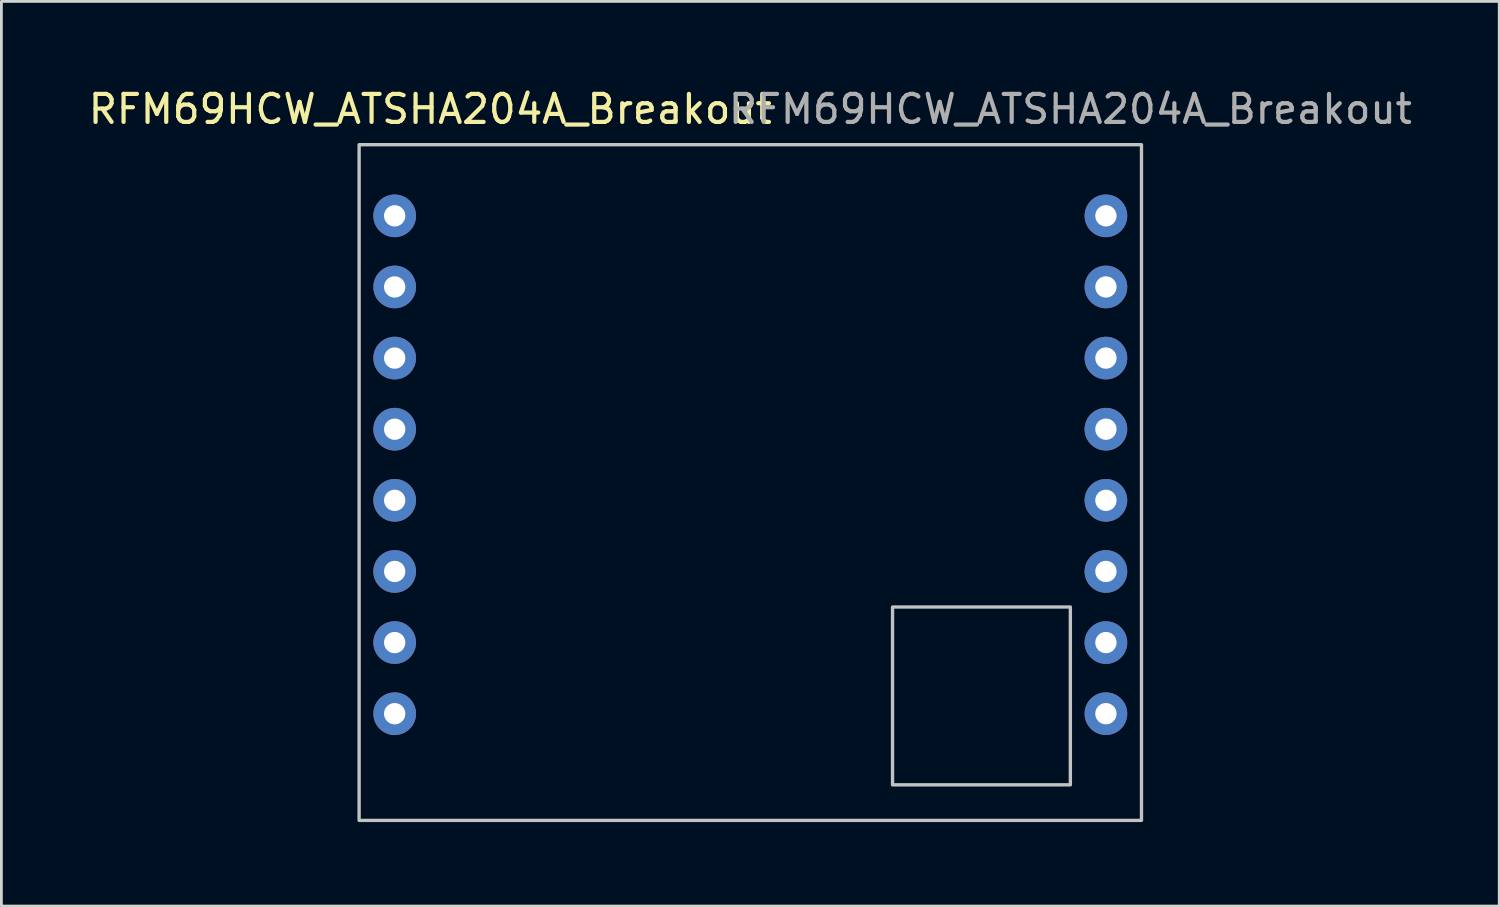
<source format=kicad_pcb>
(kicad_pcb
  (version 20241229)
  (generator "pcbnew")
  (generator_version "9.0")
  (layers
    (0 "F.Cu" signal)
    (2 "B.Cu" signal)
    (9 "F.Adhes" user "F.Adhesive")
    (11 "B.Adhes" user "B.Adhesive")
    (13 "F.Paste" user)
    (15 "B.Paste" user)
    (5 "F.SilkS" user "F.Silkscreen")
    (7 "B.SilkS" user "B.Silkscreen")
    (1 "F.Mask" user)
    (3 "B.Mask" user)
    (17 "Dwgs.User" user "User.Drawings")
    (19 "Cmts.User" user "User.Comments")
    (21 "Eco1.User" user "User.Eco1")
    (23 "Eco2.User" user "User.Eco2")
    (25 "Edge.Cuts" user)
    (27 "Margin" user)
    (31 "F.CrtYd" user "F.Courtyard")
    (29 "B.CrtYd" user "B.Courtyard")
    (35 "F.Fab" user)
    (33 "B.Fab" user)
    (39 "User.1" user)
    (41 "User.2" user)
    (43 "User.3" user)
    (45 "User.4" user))
  (footprint "RFM69HCW_ATSHA204A_Breakout"
    (layer "F.Cu")
    (at 23.745 13.548)
    (property "Reference" "RFM69HCW_ATSHA204A_Breakout" (at -11.43 -12.7 0) (unlocked yes) (layer "F.SilkS") (effects (font (size 1 1) (thickness 0.15))))
    (attr through_hole)
    (fp_rect (start -13.97 -11.43) (end 13.97 12.7) (stroke (width 0.12) (type solid)) (fill no) (layer "Dwgs.User"))
    (fp_rect (start 11.43 11.43) (end 5.08 5.08) (stroke (width 0.12) (type solid)) (fill no) (layer "Dwgs.User"))
    (fp_text user "${REFERENCE}" (at 11.43 -12.7 0) (unlocked yes) (layer "F.Fab") (effects (font (size 1 1) (thickness 0.15))))
    (pad "1" thru_hole circle (at -12.7 -8.89) (size 1.524 1.524) (drill 0.762) (layers "*.Cu" "*.Mask"))
    (pad "2" thru_hole circle (at -12.7 -6.35) (size 1.524 1.524) (drill 0.762) (layers "*.Cu" "*.Mask"))
    (pad "3" thru_hole circle (at -12.7 -3.81) (size 1.524 1.524) (drill 0.762) (layers "*.Cu" "*.Mask"))
    (pad "4" thru_hole circle (at -12.7 -1.27) (size 1.524 1.524) (drill 0.762) (layers "*.Cu" "*.Mask"))
    (pad "5" thru_hole circle (at -12.7 1.27) (size 1.524 1.524) (drill 0.762) (layers "*.Cu" "*.Mask"))
    (pad "6" thru_hole circle (at -12.7 3.81) (size 1.524 1.524) (drill 0.762) (layers "*.Cu" "*.Mask"))
    (pad "7" thru_hole circle (at -12.7 6.35) (size 1.524 1.524) (drill 0.762) (layers "*.Cu" "*.Mask"))
    (pad "8" thru_hole circle (at -12.7 8.89) (size 1.524 1.524) (drill 0.762) (layers "*.Cu" "*.Mask"))
    (pad "9" thru_hole circle (at 12.7 8.89) (size 1.524 1.524) (drill 0.762) (layers "*.Cu" "*.Mask"))
    (pad "10" thru_hole circle (at 12.7 6.35) (size 1.524 1.524) (drill 0.762) (layers "*.Cu" "*.Mask"))
    (pad "11" thru_hole circle (at 12.7 3.81) (size 1.524 1.524) (drill 0.762) (layers "*.Cu" "*.Mask"))
    (pad "12" thru_hole circle (at 12.7 1.27) (size 1.524 1.524) (drill 0.762) (layers "*.Cu" "*.Mask"))
    (pad "13" thru_hole circle (at 12.7 -1.27) (size 1.524 1.524) (drill 0.762) (layers "*.Cu" "*.Mask"))
    (pad "14" thru_hole circle (at 12.7 -3.81) (size 1.524 1.524) (drill 0.762) (layers "*.Cu" "*.Mask"))
    (pad "15" thru_hole circle (at 12.7 -6.35) (size 1.524 1.524) (drill 0.762) (layers "*.Cu" "*.Mask"))
    (pad "16" thru_hole circle (at 12.7 -8.89) (size 1.524 1.524) (drill 0.762) (layers "*.Cu" "*.Mask")))
  (gr_rect
    (start -3 -3)
    (end 50.491 29.308)
    (stroke (width 0.1) (type default))
    (fill no)
    (layer "Edge.Cuts")))
</source>
